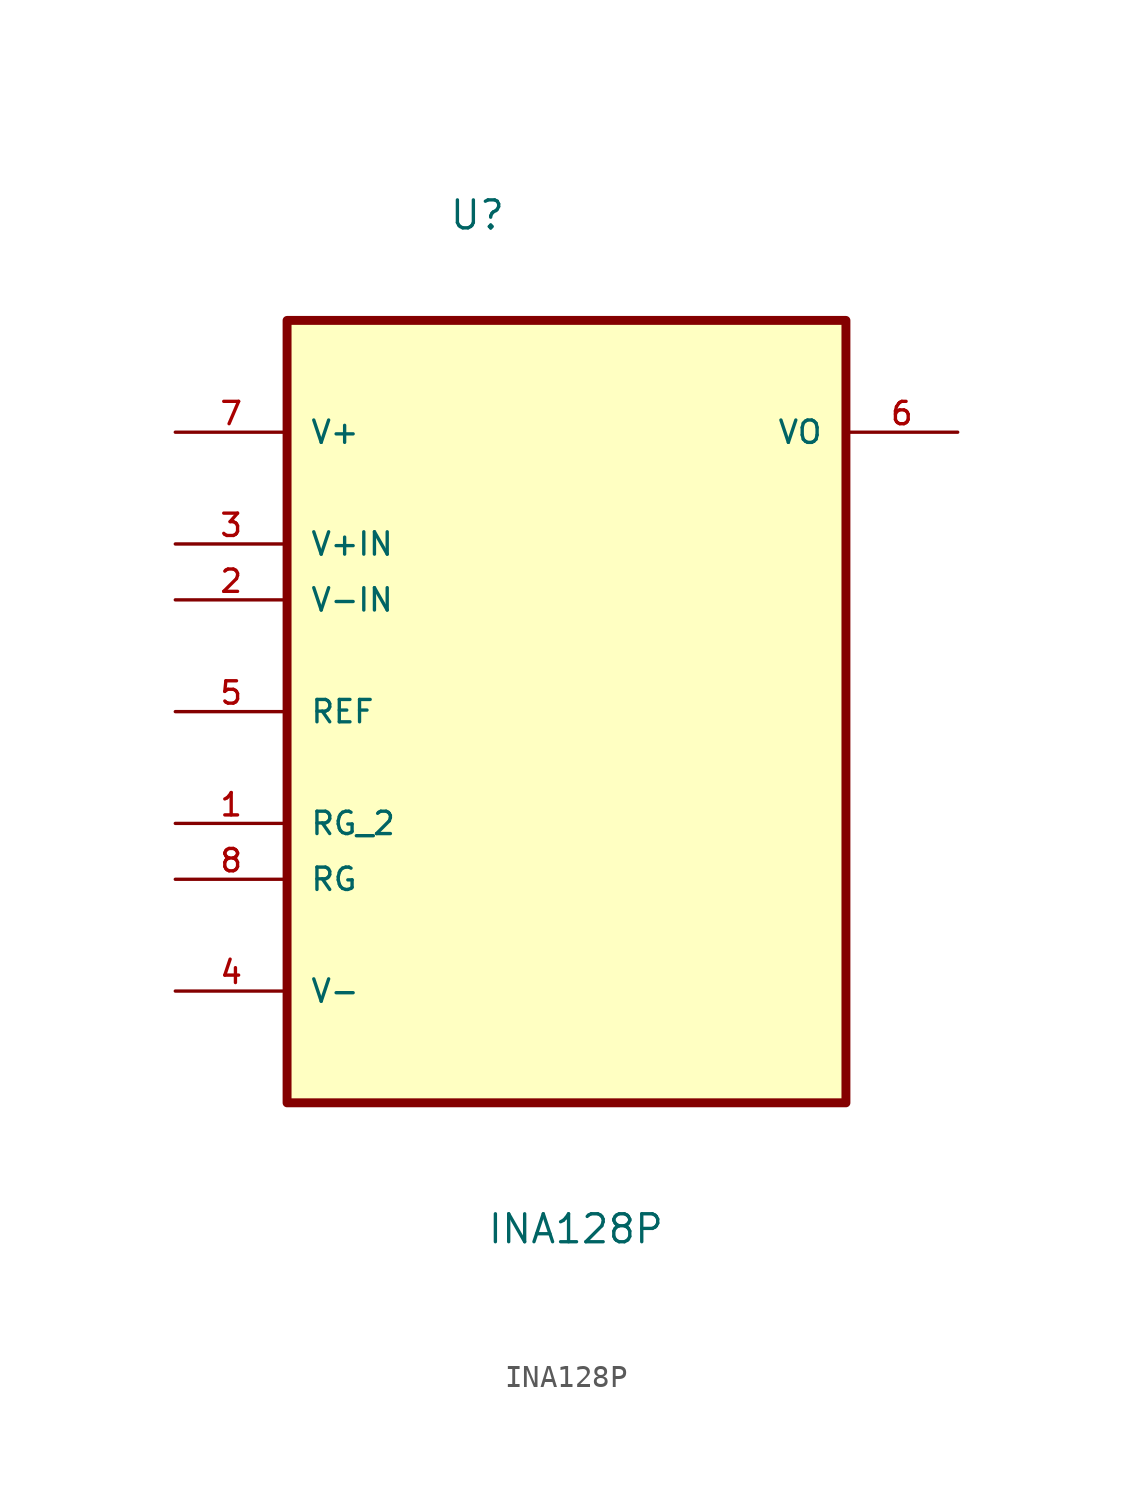
<source format=kicad_sym>
(kicad_symbol_lib
  (version 20211014)
  (generator kicad_symbol_editor)
  (symbol "INA128P"
    (pin_names
      (offset 1.016))
    (property "Reference" "U"
      (at -5.361 19.285 0.0)
      (effects (font (size 1.27 1.27)) (justify bottom left)))
    (property "Value" "INA128P"
      (at -3.635 -26.796 0.0)
      (effects (font (size 1.27 1.27)) (justify bottom left)))
    (symbol "INA128P_0_0"
      (rectangle (start -12.7 -20.32) (end 12.7 15.24) (stroke (width 0.406)) (fill (type background)))
      (pin power_in line (at -17.78 10.16 0) (length 5.08) (name "V+" (effects (font (size 1.016 1.016)))) (number "7" (effects (font (size 1.016 1.016)))))
      (pin input line (at -17.78 5.08 0) (length 5.08) (name "V+IN" (effects (font (size 1.016 1.016)))) (number "3" (effects (font (size 1.016 1.016)))))
      (pin input line (at -17.78 2.54 0) (length 5.08) (name "V-IN" (effects (font (size 1.016 1.016)))) (number "2" (effects (font (size 1.016 1.016)))))
      (pin passive line (at -17.78 -2.54 0) (length 5.08) (name "REF" (effects (font (size 1.016 1.016)))) (number "5" (effects (font (size 1.016 1.016)))))
      (pin passive line (at -17.78 -7.62 0) (length 5.08) (name "RG_2" (effects (font (size 1.016 1.016)))) (number "1" (effects (font (size 1.016 1.016)))))
      (pin passive line (at -17.78 -10.16 0) (length 5.08) (name "RG" (effects (font (size 1.016 1.016)))) (number "8" (effects (font (size 1.016 1.016)))))
      (pin power_in line (at -17.78 -15.24 0) (length 5.08) (name "V-" (effects (font (size 1.016 1.016)))) (number "4" (effects (font (size 1.016 1.016)))))
      (pin output line (at 17.78 10.16 180.0) (length 5.08) (name "VO" (effects (font (size 1.016 1.016)))) (number "6" (effects (font (size 1.016 1.016))))))))
</source>
